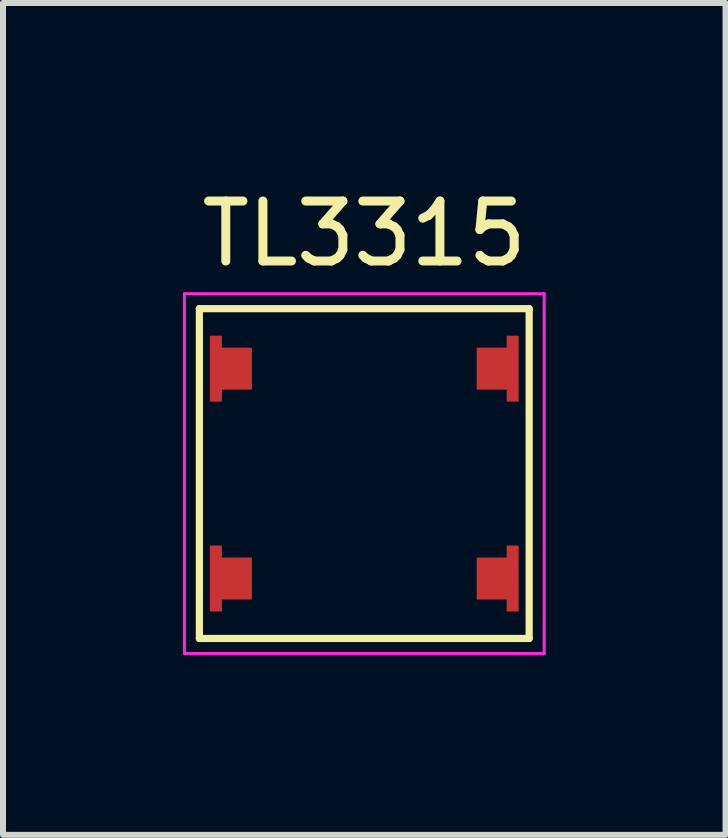
<source format=kicad_pcb>
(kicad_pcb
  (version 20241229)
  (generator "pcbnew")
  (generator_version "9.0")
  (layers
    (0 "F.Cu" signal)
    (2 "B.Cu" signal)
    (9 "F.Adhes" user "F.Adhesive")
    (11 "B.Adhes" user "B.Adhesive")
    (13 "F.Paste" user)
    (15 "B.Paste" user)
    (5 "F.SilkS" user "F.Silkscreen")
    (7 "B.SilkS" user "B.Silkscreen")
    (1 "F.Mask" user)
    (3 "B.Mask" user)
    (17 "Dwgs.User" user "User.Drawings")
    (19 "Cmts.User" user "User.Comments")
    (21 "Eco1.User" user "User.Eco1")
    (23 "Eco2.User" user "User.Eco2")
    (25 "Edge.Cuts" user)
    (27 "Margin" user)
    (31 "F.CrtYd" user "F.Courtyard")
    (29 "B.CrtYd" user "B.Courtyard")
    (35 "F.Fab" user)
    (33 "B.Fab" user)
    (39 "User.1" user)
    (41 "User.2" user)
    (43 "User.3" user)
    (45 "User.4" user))
  (footprint "TL3315"
    (layer "F.Cu")
    (at 3.025 4.848)
    (property "Reference" "TL3315" (at 0 -4 0) (layer "F.SilkS") (effects (font (size 1 1) (thickness 0.15))))
    (attr through_hole)
    (fp_line (start -2.75 -2.75) (end 2.75 -2.75) (stroke (width 0.12) (type solid)) (layer "F.SilkS"))
    (fp_line (start -2.75 2.75) (end -2.75 -2.75) (stroke (width 0.12) (type solid)) (layer "F.SilkS"))
    (fp_line (start 2.75 -2.75) (end 2.75 2.75) (stroke (width 0.12) (type solid)) (layer "F.SilkS"))
    (fp_line (start 2.75 2.75) (end -2.75 2.75) (stroke (width 0.12) (type solid)) (layer "F.SilkS"))
    (fp_line (start -3 -3) (end 3 -3) (stroke (width 0.05) (type solid)) (layer "F.CrtYd"))
    (fp_line (start -3 3) (end -3 -3) (stroke (width 0.05) (type solid)) (layer "F.CrtYd"))
    (fp_line (start 3 -3) (end 3 3) (stroke (width 0.05) (type solid)) (layer "F.CrtYd"))
    (fp_line (start 3 3) (end -3 3) (stroke (width 0.05) (type solid)) (layer "F.CrtYd"))
    (pad "1" smd custom (at -2.225 -1.75) (size 0.7 0.7) (layers "F.Cu" "F.Mask" "F.Paste") (options (anchor rect)) (primitives (gr_poly (pts (xy -0.35 0.55) (xy -0.15 0.55) (xy -0.15 0.35) (xy 0.35 0.35) (xy 0.35 -0.35) (xy -0.15 -0.35) (xy -0.15 -0.55) (xy -0.35 -0.55)) (width 0) (fill yes))))
    (pad "2" smd custom (at 2.225 -1.75 180) (size 0.7 0.7) (layers "F.Cu" "F.Mask" "F.Paste") (options (anchor rect)) (primitives (gr_poly (pts (xy -0.35 0.55) (xy -0.15 0.55) (xy -0.15 0.35) (xy 0.35 0.35) (xy 0.35 -0.35) (xy -0.15 -0.35) (xy -0.15 -0.55) (xy -0.35 -0.55)) (width 0) (fill yes))))
    (pad "3" smd custom (at -2.225 1.75) (size 0.7 0.7) (layers "F.Cu" "F.Mask" "F.Paste") (options (anchor rect)) (primitives (gr_poly (pts (xy -0.35 0.55) (xy -0.15 0.55) (xy -0.15 0.35) (xy 0.35 0.35) (xy 0.35 -0.35) (xy -0.15 -0.35) (xy -0.15 -0.55) (xy -0.35 -0.55)) (width 0) (fill yes))))
    (pad "4" smd custom (at 2.225 1.75 180) (size 0.7 0.7) (layers "F.Cu" "F.Mask" "F.Paste") (options (anchor rect)) (primitives (gr_poly (pts (xy -0.35 0.55) (xy -0.15 0.55) (xy -0.15 0.35) (xy 0.35 0.35) (xy 0.35 -0.35) (xy -0.15 -0.35) (xy -0.15 -0.55) (xy -0.35 -0.55)) (width 0) (fill yes)))))
  (gr_rect
    (start -3 -3)
    (end 9.05 10.873)
    (stroke (width 0.1) (type default))
    (fill no)
    (layer "Edge.Cuts")))
</source>
